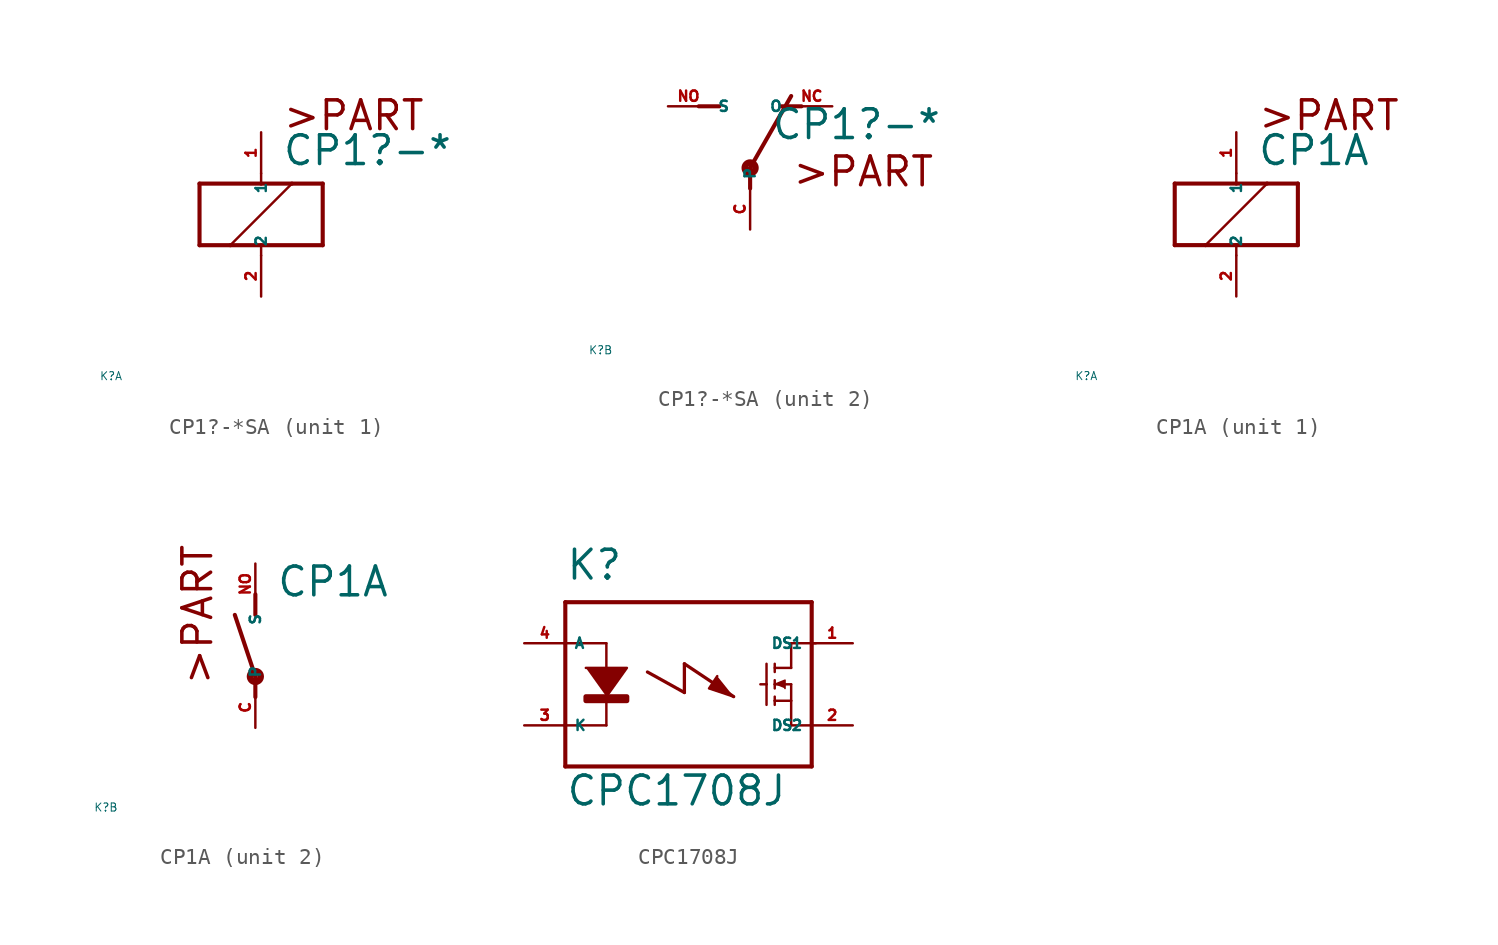
<source format=kicad_sym>
(kicad_symbol_lib
  (version 20220914)
  (generator Eagle2Kicad)
  (symbol "CP1?-*SA"
    (property "Reference" "K"
      (at -10 -10 0)
      (effects (font (size 0.5 0.5) (thickness 0.06)) (justify left)))
    (property "Value" "CP1?-*"
      (at 1.27 2.921 0)
      (effects (font (size 1.778 1.778) (thickness 0.22)) (justify left bottom)))
    (symbol "CP1?-*SA_1_0"
      (polyline (pts (xy -3.81 -1.905) (xy -1.905 -1.905)) (stroke (width 0.254) (type default)) (fill (type none)))
      (polyline (pts (xy 3.81 -1.905) (xy 3.81 1.905)) (stroke (width 0.254) (type default)) (fill (type none)))
      (polyline (pts (xy 3.81 1.905) (xy 1.905 1.905)) (stroke (width 0.254) (type default)) (fill (type none)))
      (polyline (pts (xy -3.81 1.905) (xy -3.81 -1.905)) (stroke (width 0.254) (type default)) (fill (type none)))
      (polyline (pts (xy 0 -2.54) (xy 0 -1.905)) (stroke (width 0.152) (type default)) (fill (type none)))
      (polyline (pts (xy 0 -1.905) (xy 3.81 -1.905)) (stroke (width 0.254) (type default)) (fill (type none)))
      (polyline (pts (xy 0 2.54) (xy 0 1.905)) (stroke (width 0.152) (type default)) (fill (type none)))
      (polyline (pts (xy 0 1.905) (xy -3.81 1.905)) (stroke (width 0.254) (type default)) (fill (type none)))
      (polyline (pts (xy -1.905 -1.905) (xy 1.905 1.905)) (stroke (width 0.152) (type default)) (fill (type none)))
      (polyline (pts (xy -1.905 -1.905) (xy 0 -1.905)) (stroke (width 0.254) (type default)) (fill (type none)))
      (polyline (pts (xy 1.905 1.905) (xy 0 1.905)) (stroke (width 0.254) (type default)) (fill (type none)))
      (text ">PART" (at 1.27 5.08 0) (effects (font (size 1.778 1.778) (thickness 0.22)) (justify left bottom)))
      (pin passive line (at 0 -5.08 90) (length 2.54) (name "2" (effects (font (size 0.635 0.635) (thickness 0.08)) (justify left bottom))) (number "2" (effects (font (size 0.635 0.635) (thickness 0.08)) (justify left bottom))))
      (pin passive line (at 0 5.08 270) (length 2.54) (name "1" (effects (font (size 0.635 0.635) (thickness 0.08)) (justify left bottom))) (number "1" (effects (font (size 0.635 0.635) (thickness 0.08)) (justify left bottom)))))
    (symbol "CP1?-*SA_2_0"
      (polyline (pts (xy 3.175 5.08) (xy 1.905 5.08)) (stroke (width 0.254) (type default)) (fill (type none)))
      (polyline (pts (xy -3.175 5.08) (xy -1.905 5.08)) (stroke (width 0.254) (type default)) (fill (type none)))
      (polyline (pts (xy 0 1.27) (xy 2.54 5.715)) (stroke (width 0.254) (type default)) (fill (type none)))
      (polyline (pts (xy 0 1.27) (xy 0 0)) (stroke (width 0.254) (type default)) (fill (type none)))
      (text ">PART" (at 2.54 0 0) (effects (font (size 1.778 1.778) (thickness 0.22)) (justify left bottom)))
      (circle (center 0 1.27) (radius 0.127) (stroke (width 0.406) (type default)) (fill (type none)))
      (pin passive line (at 5.08 5.08 180) (length 2.54) (name "O" (effects (font (size 0.635 0.635) (thickness 0.08)) (justify left bottom))) (number "NC" (effects (font (size 0.635 0.635) (thickness 0.08)) (justify left bottom))))
      (pin passive line (at -5.08 5.08 0) (length 2.54) (name "S" (effects (font (size 0.635 0.635) (thickness 0.08)) (justify left bottom))) (number "NO" (effects (font (size 0.635 0.635) (thickness 0.08)) (justify left bottom))))
      (pin passive line (at 0 -2.54 90) (length 2.54) (name "P" (effects (font (size 0.635 0.635) (thickness 0.08)) (justify left bottom))) (number "C" (effects (font (size 0.635 0.635) (thickness 0.08)) (justify left bottom))))))
  (symbol "CP1A"
    (property "Reference" "K"
      (at -10 -10 0)
      (effects (font (size 0.5 0.5) (thickness 0.06)) (justify left)))
    (property "Value" "CP1A"
      (at 1.27 2.921 0)
      (effects (font (size 1.778 1.778) (thickness 0.22)) (justify left bottom)))
    (symbol "CP1A_1_0"
      (polyline (pts (xy -3.81 -1.905) (xy -1.905 -1.905)) (stroke (width 0.254) (type default)) (fill (type none)))
      (polyline (pts (xy 3.81 -1.905) (xy 3.81 1.905)) (stroke (width 0.254) (type default)) (fill (type none)))
      (polyline (pts (xy 3.81 1.905) (xy 1.905 1.905)) (stroke (width 0.254) (type default)) (fill (type none)))
      (polyline (pts (xy -3.81 1.905) (xy -3.81 -1.905)) (stroke (width 0.254) (type default)) (fill (type none)))
      (polyline (pts (xy 0 -2.54) (xy 0 -1.905)) (stroke (width 0.152) (type default)) (fill (type none)))
      (polyline (pts (xy 0 -1.905) (xy 3.81 -1.905)) (stroke (width 0.254) (type default)) (fill (type none)))
      (polyline (pts (xy 0 2.54) (xy 0 1.905)) (stroke (width 0.152) (type default)) (fill (type none)))
      (polyline (pts (xy 0 1.905) (xy -3.81 1.905)) (stroke (width 0.254) (type default)) (fill (type none)))
      (polyline (pts (xy -1.905 -1.905) (xy 1.905 1.905)) (stroke (width 0.152) (type default)) (fill (type none)))
      (polyline (pts (xy -1.905 -1.905) (xy 0 -1.905)) (stroke (width 0.254) (type default)) (fill (type none)))
      (polyline (pts (xy 1.905 1.905) (xy 0 1.905)) (stroke (width 0.254) (type default)) (fill (type none)))
      (text ">PART" (at 1.27 5.08 0) (effects (font (size 1.778 1.778) (thickness 0.22)) (justify left bottom)))
      (pin passive line (at 0 -5.08 90) (length 2.54) (name "2" (effects (font (size 0.635 0.635) (thickness 0.08)) (justify left bottom))) (number "2" (effects (font (size 0.635 0.635) (thickness 0.08)) (justify left bottom))))
      (pin passive line (at 0 5.08 270) (length 2.54) (name "1" (effects (font (size 0.635 0.635) (thickness 0.08)) (justify left bottom))) (number "1" (effects (font (size 0.635 0.635) (thickness 0.08)) (justify left bottom)))))
    (symbol "CP1A_2_0"
      (polyline (pts (xy 0 3.175) (xy 0 1.905)) (stroke (width 0.254) (type default)) (fill (type none)))
      (polyline (pts (xy 0 -3.175) (xy 0 -1.905)) (stroke (width 0.254) (type default)) (fill (type none)))
      (polyline (pts (xy 0 -1.905) (xy -1.27 1.905)) (stroke (width 0.254) (type default)) (fill (type none)))
      (text ">PART" (at -2.54 -2.54 900) (effects (font (size 1.778 1.778) (thickness 0.22)) (justify left bottom)))
      (circle (center 0 -1.905) (radius 0.127) (stroke (width 0.406) (type default)) (fill (type none)))
      (pin passive line (at 0 -5.08 90) (length 2.54) (name "P" (effects (font (size 0.635 0.635) (thickness 0.08)) (justify left bottom))) (number "C" (effects (font (size 0.635 0.635) (thickness 0.08)) (justify left bottom))))
      (pin passive line (at 0 5.08 270) (length 2.54) (name "S" (effects (font (size 0.635 0.635) (thickness 0.08)) (justify left bottom))) (number "NO" (effects (font (size 0.635 0.635) (thickness 0.08)) (justify left bottom))))))
  (symbol "CPC1708J"
    (property "Reference" "K"
      (at -7.62 6.35 0)
      (effects (font (size 1.778 1.778) (thickness 0.22)) (justify left bottom)))
    (property "Value" "CPC1708J"
      (at -7.62 -7.62 0)
      (effects (font (size 1.778 1.778) (thickness 0.22)) (justify left bottom)))
    (polyline
      (pts (xy -6.35 1.016) (xy -3.81 1.016) (xy -5.08 -0.762))
      (stroke (width 0.152) (type default))
      (fill (type outline)))
    (polyline
      (pts (xy 1.778 0.508) (xy 1.27 -0.254) (xy 2.794 -0.762))
      (stroke (width 0.152) (type default))
      (fill (type outline)))
    (polyline
      (pts (xy 5.334 0) (xy 5.969 0.254) (xy 5.969 -0.254))
      (stroke (width 0.102) (type default))
      (fill (type outline)))
    (polyline
      (pts (xy -5.08 2.54) (xy -5.08 -2.54))
      (stroke (width 0.152) (type default))
      (fill (type none)))
    (polyline
      (pts (xy 6.35 2.54) (xy 6.35 1.016))
      (stroke (width 0.152) (type default))
      (fill (type none)))
    (polyline
      (pts (xy 6.35 1.016) (xy 5.334 1.016))
      (stroke (width 0.152) (type default))
      (fill (type none)))
    (polyline
      (pts (xy 5.334 1.27) (xy 5.334 0.762))
      (stroke (width 0.152) (type default))
      (fill (type none)))
    (polyline
      (pts (xy 5.334 0.254) (xy 5.334 0))
      (stroke (width 0.152) (type default))
      (fill (type none)))
    (polyline
      (pts (xy 5.334 0) (xy 5.334 -0.254))
      (stroke (width 0.152) (type default))
      (fill (type none)))
    (polyline
      (pts (xy 5.334 -0.762) (xy 5.334 -1.016))
      (stroke (width 0.152) (type default))
      (fill (type none)))
    (polyline
      (pts (xy 5.334 -1.016) (xy 5.334 -1.27))
      (stroke (width 0.152) (type default))
      (fill (type none)))
    (polyline
      (pts (xy 5.334 0) (xy 6.35 0))
      (stroke (width 0.152) (type default))
      (fill (type none)))
    (polyline
      (pts (xy 5.334 -1.016) (xy 6.35 -1.016))
      (stroke (width 0.152) (type default))
      (fill (type none)))
    (polyline
      (pts (xy 6.35 -1.016) (xy 6.35 0))
      (stroke (width 0.152) (type default))
      (fill (type none)))
    (polyline
      (pts (xy 4.826 1.27) (xy 4.826 0))
      (stroke (width 0.152) (type default))
      (fill (type none)))
    (polyline
      (pts (xy 4.826 0) (xy 4.826 -1.27))
      (stroke (width 0.152) (type default))
      (fill (type none)))
    (polyline
      (pts (xy 6.35 -1.016) (xy 6.35 -2.54))
      (stroke (width 0.152) (type default))
      (fill (type none)))
    (polyline
      (pts (xy -7.62 5.08) (xy -7.62 2.54))
      (stroke (width 0.254) (type default))
      (fill (type none)))
    (polyline
      (pts (xy -7.62 2.54) (xy -7.62 -2.54))
      (stroke (width 0.254) (type default))
      (fill (type none)))
    (polyline
      (pts (xy -7.62 -2.54) (xy -7.62 -5.08))
      (stroke (width 0.254) (type default))
      (fill (type none)))
    (polyline
      (pts (xy -7.62 -5.08) (xy 7.62 -5.08))
      (stroke (width 0.254) (type default))
      (fill (type none)))
    (polyline
      (pts (xy 6.35 2.54) (xy 7.874 2.54))
      (stroke (width 0.152) (type default))
      (fill (type none)))
    (polyline
      (pts (xy 6.35 -2.54) (xy 7.62 -2.54))
      (stroke (width 0.152) (type default))
      (fill (type none)))
    (polyline
      (pts (xy 7.62 -5.08) (xy 7.62 5.08))
      (stroke (width 0.254) (type default))
      (fill (type none)))
    (polyline
      (pts (xy 7.62 5.08) (xy -7.62 5.08))
      (stroke (width 0.254) (type default))
      (fill (type none)))
    (polyline
      (pts (xy -5.08 2.54) (xy -7.62 2.54))
      (stroke (width 0.152) (type default))
      (fill (type none)))
    (polyline
      (pts (xy -5.08 -2.54) (xy -7.62 -2.54))
      (stroke (width 0.152) (type default))
      (fill (type none)))
    (polyline
      (pts (xy -2.54 0.762) (xy -0.254 -0.508))
      (stroke (width 0.203) (type default))
      (fill (type none)))
    (polyline
      (pts (xy -0.254 -0.508) (xy -0.254 1.27))
      (stroke (width 0.203) (type default))
      (fill (type none)))
    (polyline
      (pts (xy -0.254 1.27) (xy 2.794 -0.762))
      (stroke (width 0.203) (type default))
      (fill (type none)))
    (polyline
      (pts (xy 4.826 0) (xy 4.445 0))
      (stroke (width 0.152) (type default))
      (fill (type none)))
    (rectangle
      (start -6.35 -1.016)
      (end -3.81 -0.762)
      (stroke (width 0.3) (type default))
      (fill (type outline)))
    (pin passive line
      (at -10.16 2.54 0)
      (length 2.54)
      (name "A" (effects (font (size 0.635 0.635) (thickness 0.08)) (justify left bottom)))
      (number "4" (effects (font (size 0.635 0.635) (thickness 0.08)) (justify left bottom))))
    (pin passive line
      (at -10.16 -2.54 0)
      (length 2.54)
      (name "K" (effects (font (size 0.635 0.635) (thickness 0.08)) (justify left bottom)))
      (number "3" (effects (font (size 0.635 0.635) (thickness 0.08)) (justify left bottom))))
    (pin passive line
      (at 10.16 2.54 180)
      (length 2.54)
      (name "DS1" (effects (font (size 0.635 0.635) (thickness 0.08)) (justify left bottom)))
      (number "1" (effects (font (size 0.635 0.635) (thickness 0.08)) (justify left bottom))))
    (pin passive line
      (at 10.16 -2.54 180)
      (length 2.54)
      (name "DS2" (effects (font (size 0.635 0.635) (thickness 0.08)) (justify left bottom)))
      (number "2" (effects (font (size 0.635 0.635) (thickness 0.08)) (justify left bottom))))))
</source>
